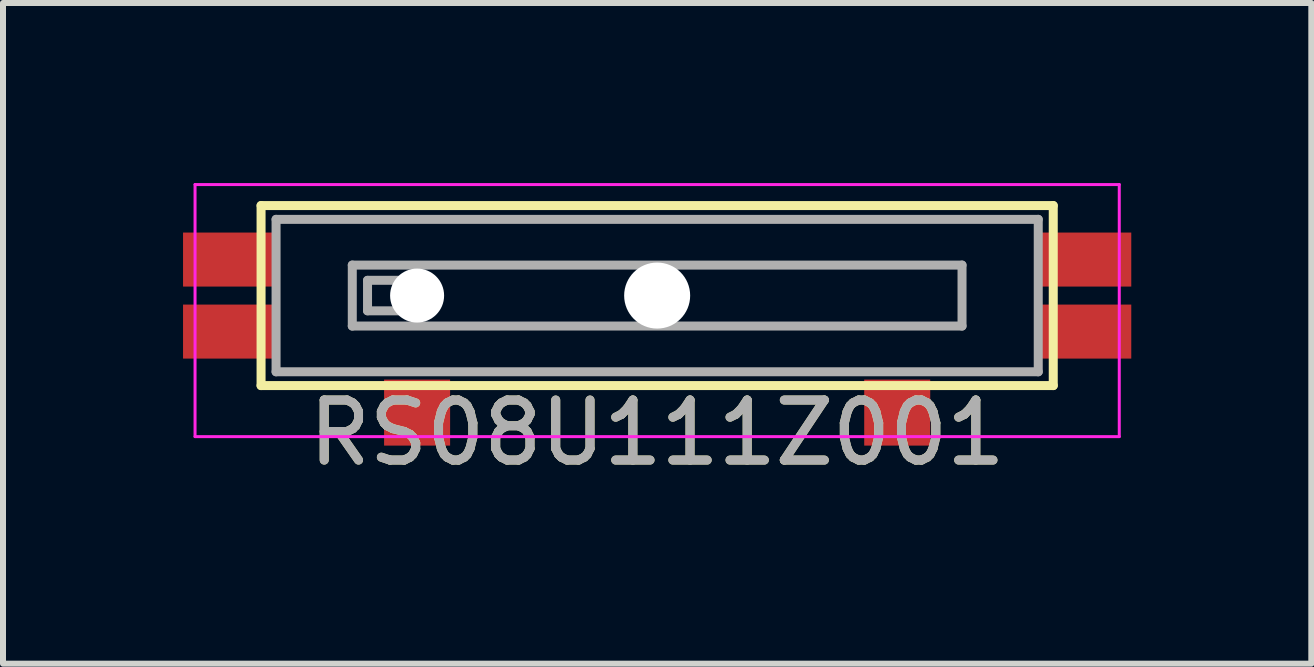
<source format=kicad_pcb>
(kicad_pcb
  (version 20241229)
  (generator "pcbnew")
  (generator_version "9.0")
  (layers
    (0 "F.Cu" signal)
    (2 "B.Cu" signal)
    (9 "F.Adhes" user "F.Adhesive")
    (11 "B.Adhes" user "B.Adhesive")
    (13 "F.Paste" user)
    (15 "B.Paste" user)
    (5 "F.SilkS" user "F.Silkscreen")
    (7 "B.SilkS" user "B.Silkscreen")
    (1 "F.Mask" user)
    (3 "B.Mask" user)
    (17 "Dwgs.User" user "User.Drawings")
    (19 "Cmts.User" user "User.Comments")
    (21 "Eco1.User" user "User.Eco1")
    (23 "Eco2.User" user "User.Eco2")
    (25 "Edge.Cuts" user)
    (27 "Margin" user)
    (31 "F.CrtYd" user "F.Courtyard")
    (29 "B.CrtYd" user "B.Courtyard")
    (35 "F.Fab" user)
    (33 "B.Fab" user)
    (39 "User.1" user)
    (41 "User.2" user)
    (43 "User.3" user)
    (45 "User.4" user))
  (footprint "RS08U111Z001"
    (layer "F.Cu")
    (at 7.9 1.875)
    (property "Reference" "RS08U111Z001" (at 0 2.286 0) (layer "F.SilkS") (effects (font (size 1 1) (thickness 0.15))))
    (attr through_hole)
    (fp_line (start -6.6 -1.5) (end -6.6 1.5) (stroke (width 0.15) (type solid)) (layer "F.SilkS"))
    (fp_line (start -6.6 -1.5) (end 6.6 -1.5) (stroke (width 0.15) (type solid)) (layer "F.SilkS"))
    (fp_line (start -6.6 1.5) (end 6.6 1.5) (stroke (width 0.15) (type solid)) (layer "F.SilkS"))
    (fp_line (start 6.6 1.5) (end 6.6 -1.5) (stroke (width 0.15) (type solid)) (layer "F.SilkS"))
    (fp_line (start -7.7 -1.85) (end 7.7 -1.85) (stroke (width 0.05) (type solid)) (layer "F.CrtYd"))
    (fp_line (start -7.7 2.35) (end -7.7 -1.85) (stroke (width 0.05) (type solid)) (layer "F.CrtYd"))
    (fp_line (start 7.7 -1.85) (end 7.7 2.35) (stroke (width 0.05) (type solid)) (layer "F.CrtYd"))
    (fp_line (start 7.7 2.35) (end -7.7 2.35) (stroke (width 0.05) (type solid)) (layer "F.CrtYd"))
    (fp_line (start -6.35 -1.27) (end 6.35 -1.27) (stroke (width 0.15) (type solid)) (layer "F.Fab"))
    (fp_line (start -6.35 1.27) (end -6.35 -1.27) (stroke (width 0.15) (type solid)) (layer "F.Fab"))
    (fp_line (start -5.08 -0.508) (end -5.08 0.508) (stroke (width 0.15) (type solid)) (layer "F.Fab"))
    (fp_line (start -5.08 0.508) (end 5.08 0.508) (stroke (width 0.15) (type solid)) (layer "F.Fab"))
    (fp_line (start -4.826 -0.254) (end -4.826 0.254) (stroke (width 0.15) (type solid)) (layer "F.Fab"))
    (fp_line (start -4.826 0.254) (end -4.064 0.254) (stroke (width 0.15) (type solid)) (layer "F.Fab"))
    (fp_line (start -4.064 -0.254) (end -4.826 -0.254) (stroke (width 0.15) (type solid)) (layer "F.Fab"))
    (fp_line (start -4.064 0.254) (end -4.064 -0.254) (stroke (width 0.15) (type solid)) (layer "F.Fab"))
    (fp_line (start 5.08 -0.508) (end -5.08 -0.508) (stroke (width 0.15) (type solid)) (layer "F.Fab"))
    (fp_line (start 5.08 0.508) (end 5.08 -0.508) (stroke (width 0.15) (type solid)) (layer "F.Fab"))
    (fp_line (start 6.35 -1.27) (end 6.35 1.27) (stroke (width 0.15) (type solid)) (layer "F.Fab"))
    (fp_line (start 6.35 1.27) (end -6.35 1.27) (stroke (width 0.15) (type solid)) (layer "F.Fab"))
    (fp_text user "${REFERENCE}" (at 0 2.286 0) (layer "F.Fab") (effects (font (size 1 1) (thickness 0.15))))
    (pad "" np_thru_hole circle (at -4 0) (size 0.9 0.9) (drill 0.9) (layers "*.Cu" "*.Mask"))
    (pad "" np_thru_hole circle (at 0 0) (size 1.1 1.1) (drill 1.1) (layers "*.Cu" "*.Mask"))
    (pad "1" smd rect (at -7.1 0.6) (size 1.6 0.9) (layers "F.Cu" "F.Mask" "F.Paste"))
    (pad "2" smd rect (at -7.1 -0.6) (size 1.6 0.9) (layers "F.Cu" "F.Mask" "F.Paste"))
    (pad "3" smd rect (at 7.1 0.6) (size 1.6 0.9) (layers "F.Cu" "F.Mask" "F.Paste"))
    (pad "4" smd rect (at -4 1.95) (size 1.1 1.1) (layers "F.Cu" "F.Mask" "F.Paste"))
    (pad "4" smd rect (at 4 1.95) (size 1.1 1.1) (layers "F.Cu" "F.Mask" "F.Paste"))
    (pad "4" smd rect (at 7.1 -0.6) (size 1.6 0.9) (layers "F.Cu" "F.Mask" "F.Paste")))
  (gr_rect
    (start -3 -3)
    (end 18.8 8.009)
    (stroke (width 0.1) (type default))
    (fill no)
    (layer "Edge.Cuts")))
</source>
